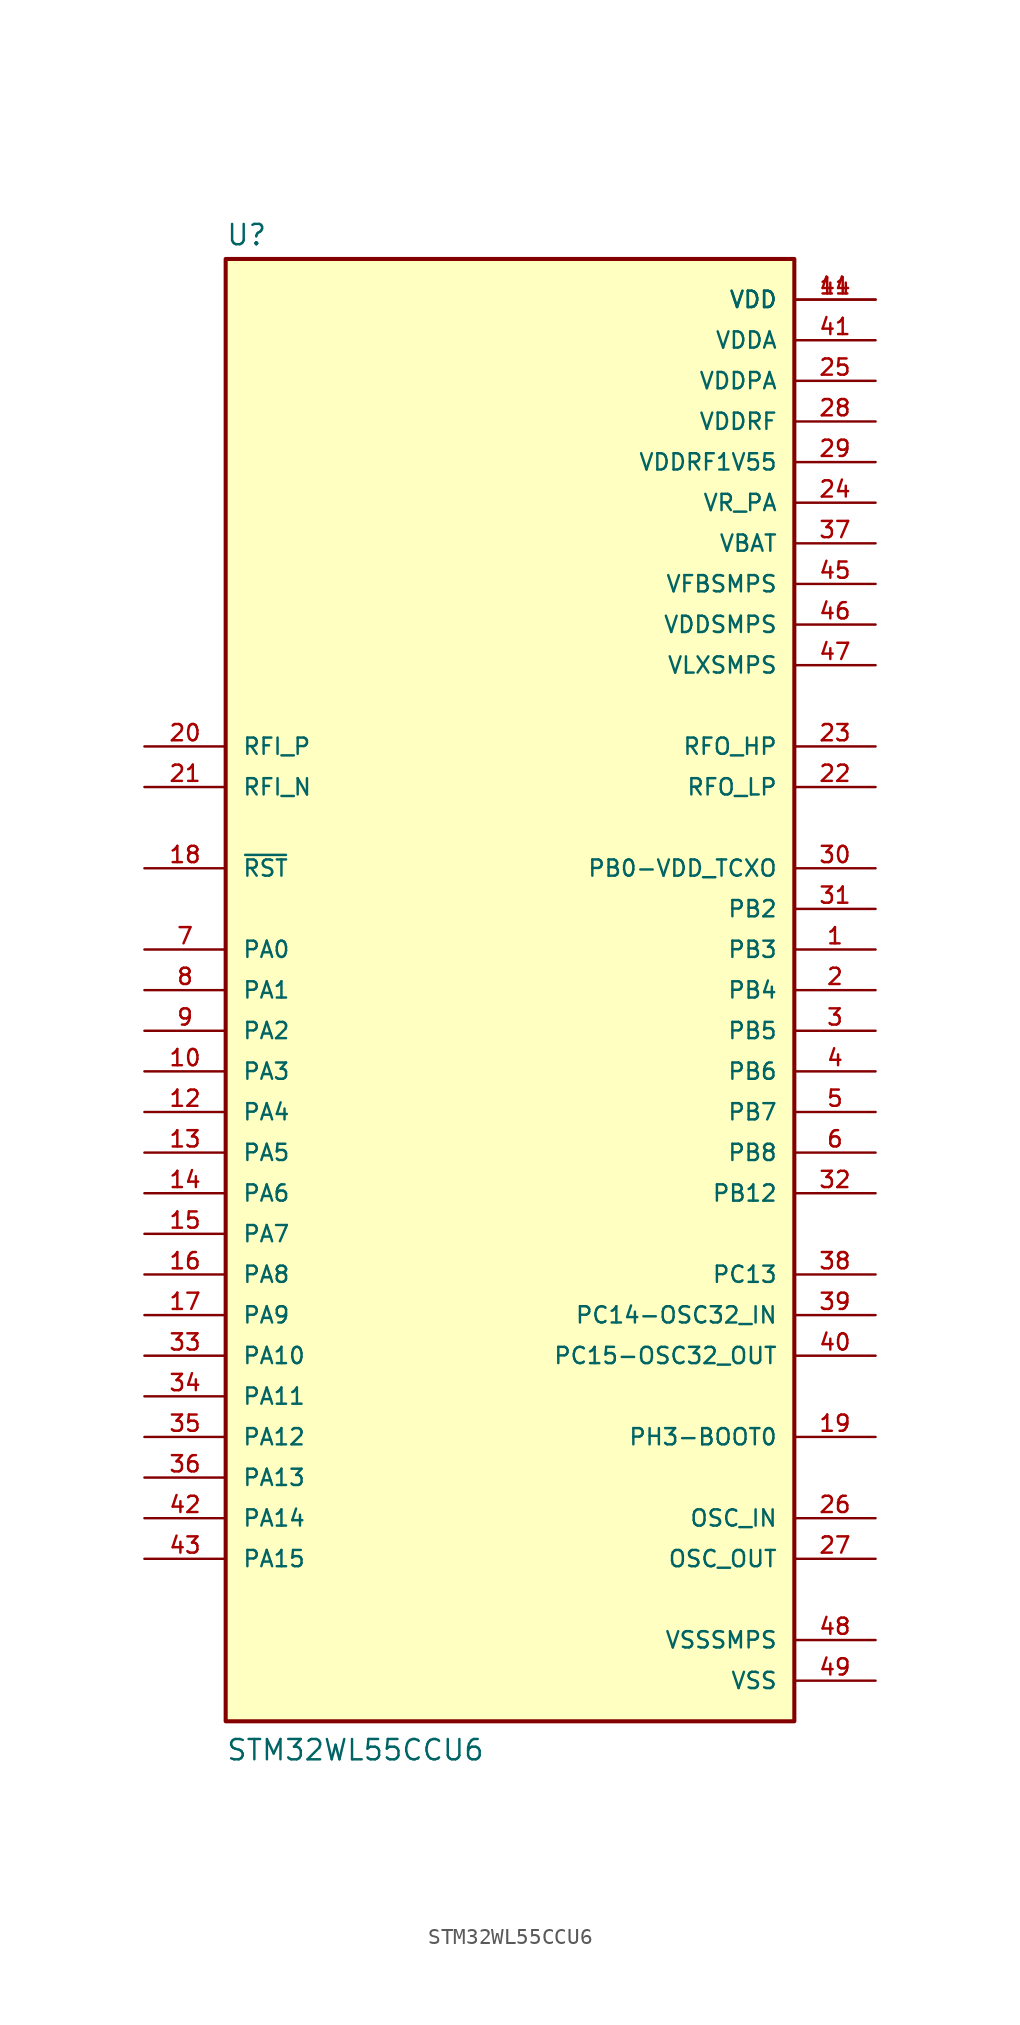
<source format=kicad_sym>
(kicad_symbol_lib
  (version 20211014)
  (generator kicad_symbol_editor)
  (symbol "STM32WL55CCU6"
    (pin_names
      (offset 1.016))
    (property "Reference" "U"
      (at -17.78 46.482 0)
      (effects (font (size 1.27 1.27)) (justify bottom left)))
    (property "Value" "STM32WL55CCU6"
      (at -17.78 -48.26 0)
      (effects (font (size 1.27 1.27)) (justify bottom left)))
    (symbol "STM32WL55CCU6_0_0"
      (rectangle (start -17.78 -45.72) (end 17.78 45.72) (stroke (width 0.254)) (fill (type background)))
      (pin bidirectional line (at 22.86 2.54 180.0) (length 5.08) (name "PB3" (effects (font (size 1.016 1.016)))) (number "1" (effects (font (size 1.016 1.016)))))
      (pin bidirectional line (at 22.86 0.0 180.0) (length 5.08) (name "PB4" (effects (font (size 1.016 1.016)))) (number "2" (effects (font (size 1.016 1.016)))))
      (pin bidirectional line (at 22.86 -2.54 180.0) (length 5.08) (name "PB5" (effects (font (size 1.016 1.016)))) (number "3" (effects (font (size 1.016 1.016)))))
      (pin bidirectional line (at 22.86 -5.08 180.0) (length 5.08) (name "PB6" (effects (font (size 1.016 1.016)))) (number "4" (effects (font (size 1.016 1.016)))))
      (pin bidirectional line (at 22.86 -7.62 180.0) (length 5.08) (name "PB7" (effects (font (size 1.016 1.016)))) (number "5" (effects (font (size 1.016 1.016)))))
      (pin bidirectional line (at 22.86 -10.16 180.0) (length 5.08) (name "PB8" (effects (font (size 1.016 1.016)))) (number "6" (effects (font (size 1.016 1.016)))))
      (pin bidirectional line (at -22.86 2.54 0) (length 5.08) (name "PA0" (effects (font (size 1.016 1.016)))) (number "7" (effects (font (size 1.016 1.016)))))
      (pin power_in line (at 22.86 43.18 180.0) (length 5.08) (name "VDD" (effects (font (size 1.016 1.016)))) (number "11" (effects (font (size 1.016 1.016)))))
      (pin power_in line (at 22.86 43.18 180.0) (length 5.08) (name "VDD" (effects (font (size 1.016 1.016)))) (number "44" (effects (font (size 1.016 1.016)))))
      (pin bidirectional line (at -22.86 7.62 0) (length 5.08) (name "~{RST}" (effects (font (size 1.016 1.016)))) (number "18" (effects (font (size 1.016 1.016)))))
      (pin bidirectional line (at 22.86 -27.94 180.0) (length 5.08) (name "PH3-BOOT0" (effects (font (size 1.016 1.016)))) (number "19" (effects (font (size 1.016 1.016)))))
      (pin input line (at -22.86 15.24 0) (length 5.08) (name "RFI_P" (effects (font (size 1.016 1.016)))) (number "20" (effects (font (size 1.016 1.016)))))
      (pin input line (at -22.86 12.7 0) (length 5.08) (name "RFI_N" (effects (font (size 1.016 1.016)))) (number "21" (effects (font (size 1.016 1.016)))))
      (pin output line (at 22.86 12.7 180.0) (length 5.08) (name "RFO_LP" (effects (font (size 1.016 1.016)))) (number "22" (effects (font (size 1.016 1.016)))))
      (pin output line (at 22.86 15.24 180.0) (length 5.08) (name "RFO_HP" (effects (font (size 1.016 1.016)))) (number "23" (effects (font (size 1.016 1.016)))))
      (pin power_in line (at 22.86 30.48 180.0) (length 5.08) (name "VR_PA" (effects (font (size 1.016 1.016)))) (number "24" (effects (font (size 1.016 1.016)))))
      (pin power_in line (at 22.86 38.1 180.0) (length 5.08) (name "VDDPA" (effects (font (size 1.016 1.016)))) (number "25" (effects (font (size 1.016 1.016)))))
      (pin input line (at 22.86 -33.02 180.0) (length 5.08) (name "OSC_IN" (effects (font (size 1.016 1.016)))) (number "26" (effects (font (size 1.016 1.016)))))
      (pin output line (at 22.86 -35.56 180.0) (length 5.08) (name "OSC_OUT" (effects (font (size 1.016 1.016)))) (number "27" (effects (font (size 1.016 1.016)))))
      (pin power_in line (at 22.86 35.56 180.0) (length 5.08) (name "VDDRF" (effects (font (size 1.016 1.016)))) (number "28" (effects (font (size 1.016 1.016)))))
      (pin power_in line (at 22.86 33.02 180.0) (length 5.08) (name "VDDRF1V55" (effects (font (size 1.016 1.016)))) (number "29" (effects (font (size 1.016 1.016)))))
      (pin bidirectional line (at 22.86 7.62 180.0) (length 5.08) (name "PB0-VDD_TCXO" (effects (font (size 1.016 1.016)))) (number "30" (effects (font (size 1.016 1.016)))))
      (pin bidirectional line (at 22.86 5.08 180.0) (length 5.08) (name "PB2" (effects (font (size 1.016 1.016)))) (number "31" (effects (font (size 1.016 1.016)))))
      (pin bidirectional line (at 22.86 -12.7 180.0) (length 5.08) (name "PB12" (effects (font (size 1.016 1.016)))) (number "32" (effects (font (size 1.016 1.016)))))
      (pin power_in line (at 22.86 27.94 180.0) (length 5.08) (name "VBAT" (effects (font (size 1.016 1.016)))) (number "37" (effects (font (size 1.016 1.016)))))
      (pin bidirectional line (at 22.86 -17.78 180.0) (length 5.08) (name "PC13" (effects (font (size 1.016 1.016)))) (number "38" (effects (font (size 1.016 1.016)))))
      (pin bidirectional line (at 22.86 -20.32 180.0) (length 5.08) (name "PC14-OSC32_IN" (effects (font (size 1.016 1.016)))) (number "39" (effects (font (size 1.016 1.016)))))
      (pin bidirectional line (at 22.86 -22.86 180.0) (length 5.08) (name "PC15-OSC32_OUT" (effects (font (size 1.016 1.016)))) (number "40" (effects (font (size 1.016 1.016)))))
      (pin power_in line (at 22.86 40.64 180.0) (length 5.08) (name "VDDA" (effects (font (size 1.016 1.016)))) (number "41" (effects (font (size 1.016 1.016)))))
      (pin bidirectional line (at -22.86 -33.02 0) (length 5.08) (name "PA14" (effects (font (size 1.016 1.016)))) (number "42" (effects (font (size 1.016 1.016)))))
      (pin bidirectional line (at -22.86 -35.56 0) (length 5.08) (name "PA15" (effects (font (size 1.016 1.016)))) (number "43" (effects (font (size 1.016 1.016)))))
      (pin power_in line (at 22.86 25.4 180.0) (length 5.08) (name "VFBSMPS" (effects (font (size 1.016 1.016)))) (number "45" (effects (font (size 1.016 1.016)))))
      (pin power_in line (at 22.86 22.86 180.0) (length 5.08) (name "VDDSMPS" (effects (font (size 1.016 1.016)))) (number "46" (effects (font (size 1.016 1.016)))))
      (pin power_in line (at 22.86 20.32 180.0) (length 5.08) (name "VLXSMPS" (effects (font (size 1.016 1.016)))) (number "47" (effects (font (size 1.016 1.016)))))
      (pin power_in line (at 22.86 -40.64 180.0) (length 5.08) (name "VSSSMPS" (effects (font (size 1.016 1.016)))) (number "48" (effects (font (size 1.016 1.016)))))
      (pin bidirectional line (at -22.86 0.0 0) (length 5.08) (name "PA1" (effects (font (size 1.016 1.016)))) (number "8" (effects (font (size 1.016 1.016)))))
      (pin bidirectional line (at -22.86 -2.54 0) (length 5.08) (name "PA2" (effects (font (size 1.016 1.016)))) (number "9" (effects (font (size 1.016 1.016)))))
      (pin bidirectional line (at -22.86 -5.08 0) (length 5.08) (name "PA3" (effects (font (size 1.016 1.016)))) (number "10" (effects (font (size 1.016 1.016)))))
      (pin bidirectional line (at -22.86 -7.62 0) (length 5.08) (name "PA4" (effects (font (size 1.016 1.016)))) (number "12" (effects (font (size 1.016 1.016)))))
      (pin bidirectional line (at -22.86 -10.16 0) (length 5.08) (name "PA5" (effects (font (size 1.016 1.016)))) (number "13" (effects (font (size 1.016 1.016)))))
      (pin bidirectional line (at -22.86 -12.7 0) (length 5.08) (name "PA6" (effects (font (size 1.016 1.016)))) (number "14" (effects (font (size 1.016 1.016)))))
      (pin bidirectional line (at -22.86 -15.24 0) (length 5.08) (name "PA7" (effects (font (size 1.016 1.016)))) (number "15" (effects (font (size 1.016 1.016)))))
      (pin bidirectional line (at -22.86 -17.78 0) (length 5.08) (name "PA8" (effects (font (size 1.016 1.016)))) (number "16" (effects (font (size 1.016 1.016)))))
      (pin bidirectional line (at -22.86 -20.32 0) (length 5.08) (name "PA9" (effects (font (size 1.016 1.016)))) (number "17" (effects (font (size 1.016 1.016)))))
      (pin bidirectional line (at -22.86 -22.86 0) (length 5.08) (name "PA10" (effects (font (size 1.016 1.016)))) (number "33" (effects (font (size 1.016 1.016)))))
      (pin bidirectional line (at -22.86 -25.4 0) (length 5.08) (name "PA11" (effects (font (size 1.016 1.016)))) (number "34" (effects (font (size 1.016 1.016)))))
      (pin bidirectional line (at -22.86 -27.94 0) (length 5.08) (name "PA12" (effects (font (size 1.016 1.016)))) (number "35" (effects (font (size 1.016 1.016)))))
      (pin bidirectional line (at -22.86 -30.48 0) (length 5.08) (name "PA13" (effects (font (size 1.016 1.016)))) (number "36" (effects (font (size 1.016 1.016)))))
      (pin power_in line (at 22.86 -43.18 180.0) (length 5.08) (name "VSS" (effects (font (size 1.016 1.016)))) (number "49" (effects (font (size 1.016 1.016))))))))
</source>
